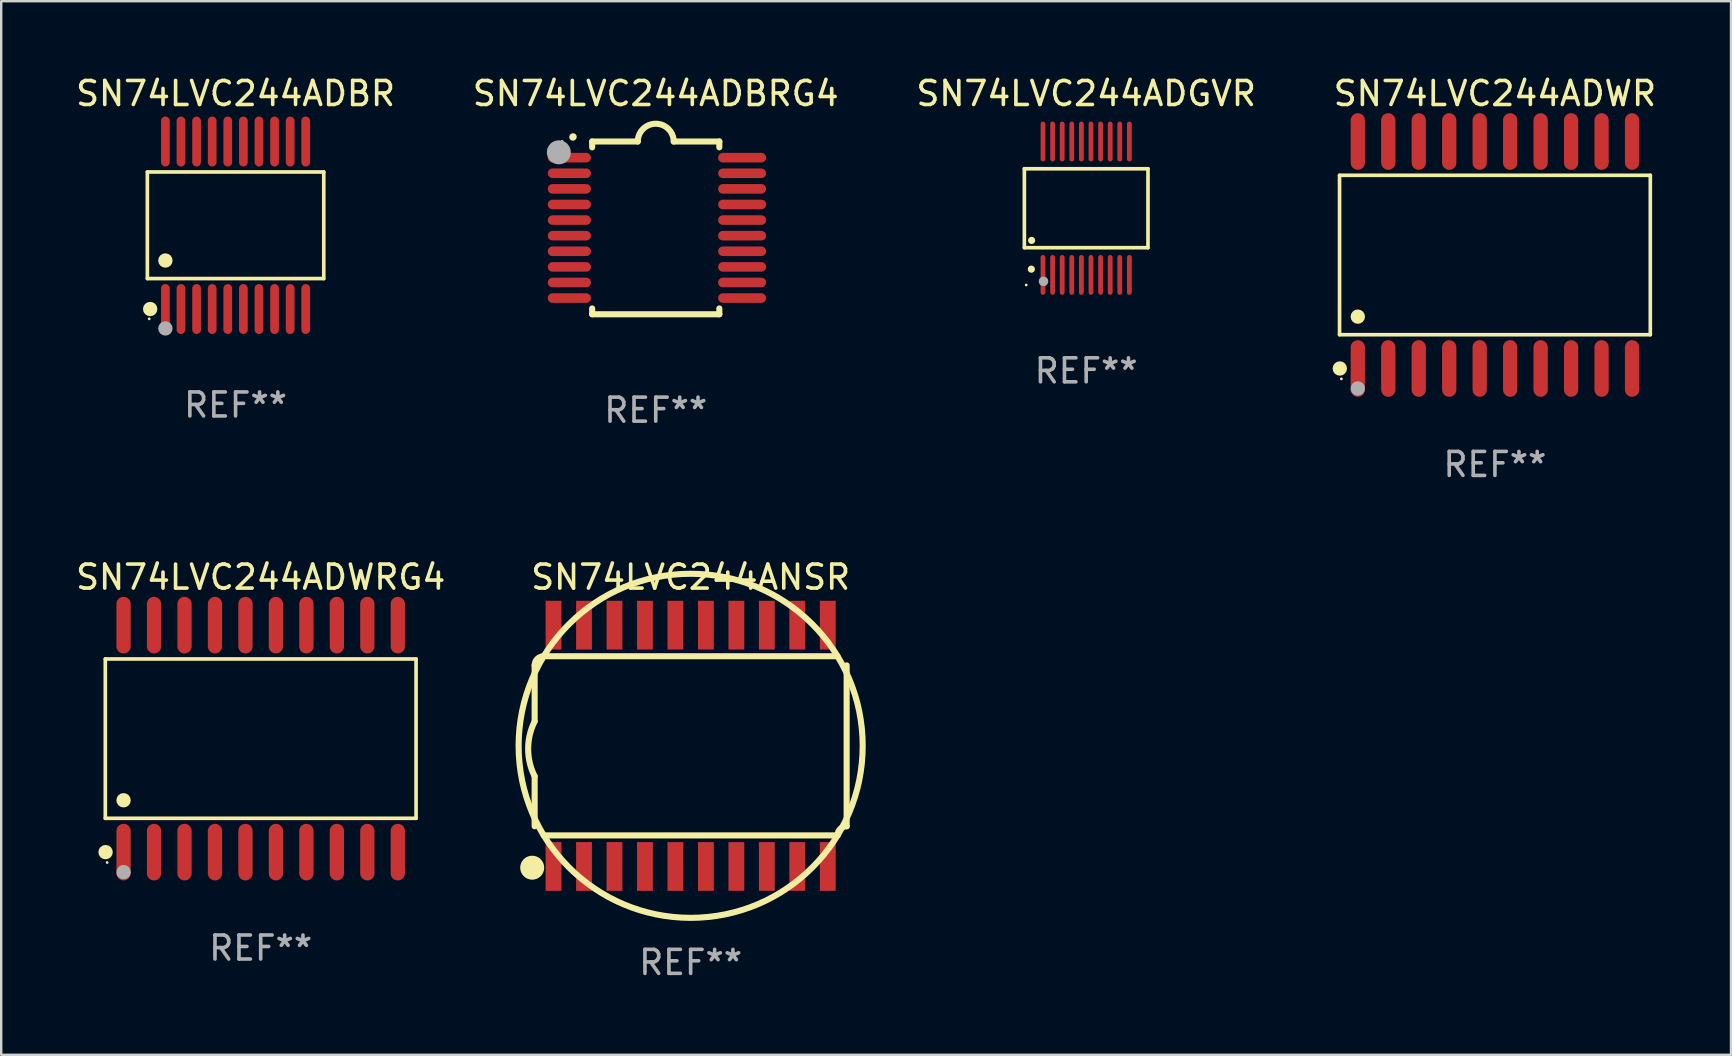
<source format=kicad_pcb>
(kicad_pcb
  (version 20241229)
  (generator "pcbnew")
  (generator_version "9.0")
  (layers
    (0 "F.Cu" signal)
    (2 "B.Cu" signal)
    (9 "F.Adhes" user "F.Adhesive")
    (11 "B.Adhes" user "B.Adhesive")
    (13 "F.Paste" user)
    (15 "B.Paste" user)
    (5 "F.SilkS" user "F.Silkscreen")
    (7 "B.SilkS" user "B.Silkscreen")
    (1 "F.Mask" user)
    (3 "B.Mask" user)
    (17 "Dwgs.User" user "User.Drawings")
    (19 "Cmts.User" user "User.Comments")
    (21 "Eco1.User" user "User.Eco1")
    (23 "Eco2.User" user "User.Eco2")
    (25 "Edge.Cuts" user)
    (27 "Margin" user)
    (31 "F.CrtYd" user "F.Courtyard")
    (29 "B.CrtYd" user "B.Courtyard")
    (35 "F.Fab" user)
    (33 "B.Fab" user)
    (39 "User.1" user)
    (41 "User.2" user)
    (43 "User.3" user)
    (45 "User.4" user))
  (footprint "SN74LVC244ADWRG4"
    (layer "F.Cu")
    (at 7.815 27.735)
    (property "Reference" "SN74LVC244ADWRG4" (at 0 -6.73 0) (layer "F.SilkS") (effects (font (size 1 1) (thickness 0.15))))
    (attr through_hole)
    (fp_line (start -6.476 -3.321) (end 6.476 -3.321) (stroke (width 0.152) (type solid)) (layer "F.SilkS"))
    (fp_line (start -6.476 3.321) (end -6.476 -3.321) (stroke (width 0.152) (type solid)) (layer "F.SilkS"))
    (fp_line (start 6.476 -3.321) (end 6.476 3.321) (stroke (width 0.152) (type solid)) (layer "F.SilkS"))
    (fp_line (start 6.476 3.321) (end -6.476 3.321) (stroke (width 0.152) (type solid)) (layer "F.SilkS"))
    (fp_circle (center -6.465 4.73) (end -6.315 4.73) (stroke (width 0.3) (type solid)) (fill no) (layer "F.SilkS"))
    (fp_circle (center -6.4 5.163) (end -6.37 5.163) (stroke (width 0.06) (type solid)) (fill no) (layer "F.SilkS"))
    (fp_circle (center -5.715 2.569) (end -5.565 2.569) (stroke (width 0.3) (type solid)) (fill no) (layer "F.SilkS"))
    (fp_circle (center -5.715 5.563) (end -5.565 5.563) (stroke (width 0.3) (type solid)) (fill no) (layer "F.Fab"))
    (fp_text user "REF**" (at 0 8.73 0) (layer "F.Fab") (effects (font (size 1 1) (thickness 0.15))))
    (pad "1" smd oval (at -5.715 4.73) (size 0.595 2.36) (layers "F.Cu" "F.Mask" "F.Paste"))
    (pad "2" smd oval (at -4.445 4.73) (size 0.595 2.36) (layers "F.Cu" "F.Mask" "F.Paste"))
    (pad "3" smd oval (at -3.175 4.73) (size 0.595 2.36) (layers "F.Cu" "F.Mask" "F.Paste"))
    (pad "4" smd oval (at -1.905 4.73) (size 0.595 2.36) (layers "F.Cu" "F.Mask" "F.Paste"))
    (pad "5" smd oval (at -0.635 4.73) (size 0.595 2.36) (layers "F.Cu" "F.Mask" "F.Paste"))
    (pad "6" smd oval (at 0.635 4.73) (size 0.595 2.36) (layers "F.Cu" "F.Mask" "F.Paste"))
    (pad "7" smd oval (at 1.905 4.73) (size 0.595 2.36) (layers "F.Cu" "F.Mask" "F.Paste"))
    (pad "8" smd oval (at 3.175 4.73) (size 0.595 2.36) (layers "F.Cu" "F.Mask" "F.Paste"))
    (pad "9" smd oval (at 4.445 4.73) (size 0.595 2.36) (layers "F.Cu" "F.Mask" "F.Paste"))
    (pad "10" smd oval (at 5.715 4.73) (size 0.595 2.36) (layers "F.Cu" "F.Mask" "F.Paste"))
    (pad "11" smd oval (at 5.715 -4.73) (size 0.595 2.36) (layers "F.Cu" "F.Mask" "F.Paste"))
    (pad "12" smd oval (at 4.445 -4.73) (size 0.595 2.36) (layers "F.Cu" "F.Mask" "F.Paste"))
    (pad "13" smd oval (at 3.175 -4.73) (size 0.595 2.36) (layers "F.Cu" "F.Mask" "F.Paste"))
    (pad "14" smd oval (at 1.905 -4.73) (size 0.595 2.36) (layers "F.Cu" "F.Mask" "F.Paste"))
    (pad "15" smd oval (at 0.635 -4.73) (size 0.595 2.36) (layers "F.Cu" "F.Mask" "F.Paste"))
    (pad "16" smd oval (at -0.635 -4.73) (size 0.595 2.36) (layers "F.Cu" "F.Mask" "F.Paste"))
    (pad "17" smd oval (at -1.905 -4.73) (size 0.595 2.36) (layers "F.Cu" "F.Mask" "F.Paste"))
    (pad "18" smd oval (at -3.175 -4.73) (size 0.595 2.36) (layers "F.Cu" "F.Mask" "F.Paste"))
    (pad "19" smd oval (at -4.445 -4.73) (size 0.595 2.36) (layers "F.Cu" "F.Mask" "F.Paste"))
    (pad "20" smd oval (at -5.715 -4.73) (size 0.595 2.36) (layers "F.Cu" "F.Mask" "F.Paste")))
  (footprint "SN74LVC244ADBRG4"
    (layer "F.Cu")
    (at 24.28 6.448)
    (property "Reference" "SN74LVC244ADBRG4" (at 0 -5.6 0) (layer "F.SilkS") (effects (font (size 1 1) (thickness 0.15))))
    (attr through_hole)
    (fp_line (start -2.65 -3.6) (end -2.65 -3.357) (stroke (width 0.254) (type solid)) (layer "F.SilkS"))
    (fp_line (start -2.65 -3.6) (end -0.75 -3.6) (stroke (width 0.254) (type solid)) (layer "F.SilkS"))
    (fp_line (start -2.65 3.357) (end -2.65 3.6) (stroke (width 0.254) (type solid)) (layer "F.SilkS"))
    (fp_line (start 2.65 -3.6) (end 0.75 -3.6) (stroke (width 0.254) (type solid)) (layer "F.SilkS"))
    (fp_line (start 2.65 -3.6) (end 2.65 -3.357) (stroke (width 0.254) (type solid)) (layer "F.SilkS"))
    (fp_line (start 2.65 3.357) (end 2.65 3.6) (stroke (width 0.254) (type solid)) (layer "F.SilkS"))
    (fp_line (start 2.65 3.6) (end -2.65 3.6) (stroke (width 0.254) (type solid)) (layer "F.SilkS"))
    (fp_arc (start -3.454407 -3.784608) (mid -3.449499 -3.78986) (end -3.444247 -3.794768) (stroke (width 0.3) (type solid)) (layer "F.SilkS"))
    (fp_arc (start -0.749301 -3.599186) (mid -0.000051 -4.348844) (end 0.750013 -3.6) (stroke (width 0.254001) (type solid)) (layer "F.SilkS"))
    (fp_circle (center -3.9 -3.6) (end -3.87 -3.6) (stroke (width 0.06) (type solid)) (fill no) (layer "F.SilkS"))
    (fp_circle (center -4.039 -3.15) (end -3.789 -3.15) (stroke (width 0.5) (type solid)) (fill no) (layer "F.Fab"))
    (fp_text user "REF**" (at 0 7.6 0) (layer "F.Fab") (effects (font (size 1 1) (thickness 0.15))))
    (pad "1" smd oval (at -3.6 -2.926 90) (size 0.4 1.8) (layers "F.Cu" "F.Mask" "F.Paste"))
    (pad "2" smd oval (at -3.6 -2.276 90) (size 0.4 1.8) (layers "F.Cu" "F.Mask" "F.Paste"))
    (pad "3" smd oval (at -3.6 -1.626 90) (size 0.4 1.8) (layers "F.Cu" "F.Mask" "F.Paste"))
    (pad "4" smd oval (at -3.6 -0.975 90) (size 0.4 1.8) (layers "F.Cu" "F.Mask" "F.Paste"))
    (pad "5" smd oval (at -3.6 -0.325 90) (size 0.4 1.8) (layers "F.Cu" "F.Mask" "F.Paste"))
    (pad "6" smd oval (at -3.6 0.325 90) (size 0.4 1.8) (layers "F.Cu" "F.Mask" "F.Paste"))
    (pad "7" smd oval (at -3.6 0.975 90) (size 0.4 1.8) (layers "F.Cu" "F.Mask" "F.Paste"))
    (pad "8" smd oval (at -3.6 1.626 90) (size 0.4 1.8) (layers "F.Cu" "F.Mask" "F.Paste"))
    (pad "9" smd oval (at -3.6 2.276 90) (size 0.4 1.8) (layers "F.Cu" "F.Mask" "F.Paste"))
    (pad "10" smd oval (at -3.6 2.926 90) (size 0.4 1.8) (layers "F.Cu" "F.Mask" "F.Paste"))
    (pad "11" smd oval (at 3.6 2.926 90) (size 0.4 2) (layers "F.Cu" "F.Mask" "F.Paste"))
    (pad "12" smd oval (at 3.6 2.276 90) (size 0.4 2) (layers "F.Cu" "F.Mask" "F.Paste"))
    (pad "13" smd oval (at 3.6 1.626 90) (size 0.4 2) (layers "F.Cu" "F.Mask" "F.Paste"))
    (pad "14" smd oval (at 3.6 0.975 90) (size 0.4 2) (layers "F.Cu" "F.Mask" "F.Paste"))
    (pad "15" smd oval (at 3.6 0.325 90) (size 0.4 2) (layers "F.Cu" "F.Mask" "F.Paste"))
    (pad "16" smd oval (at 3.6 -0.325 90) (size 0.4 2) (layers "F.Cu" "F.Mask" "F.Paste"))
    (pad "17" smd oval (at 3.6 -0.975 90) (size 0.4 2) (layers "F.Cu" "F.Mask" "F.Paste"))
    (pad "18" smd oval (at 3.6 -1.626 90) (size 0.4 2) (layers "F.Cu" "F.Mask" "F.Paste"))
    (pad "19" smd oval (at 3.6 -2.276 90) (size 0.4 2) (layers "F.Cu" "F.Mask" "F.Paste"))
    (pad "20" smd oval (at 3.6 -2.926 90) (size 0.4 2) (layers "F.Cu" "F.Mask" "F.Paste")))
  (footprint "SN74LVC244ADGVR"
    (layer "F.Cu")
    (at 42.22 5.628)
    (property "Reference" "SN74LVC244ADGVR" (at 0 -4.78 0) (layer "F.SilkS") (effects (font (size 1 1) (thickness 0.15))))
    (attr through_hole)
    (fp_line (start -2.576 -1.645) (end 2.576 -1.645) (stroke (width 0.152) (type solid)) (layer "F.SilkS"))
    (fp_line (start -2.576 1.645) (end -2.576 -1.645) (stroke (width 0.152) (type solid)) (layer "F.SilkS"))
    (fp_line (start 2.576 -1.645) (end 2.576 1.645) (stroke (width 0.152) (type solid)) (layer "F.SilkS"))
    (fp_line (start 2.576 1.645) (end -2.576 1.645) (stroke (width 0.152) (type solid)) (layer "F.SilkS"))
    (fp_circle (center -2.5 3.2) (end -2.47 3.2) (stroke (width 0.06) (type solid)) (fill no) (layer "F.SilkS"))
    (fp_circle (center -2.286 2.54) (end -2.211 2.54) (stroke (width 0.15) (type solid)) (fill no) (layer "F.SilkS"))
    (fp_circle (center -2.274 1.343) (end -2.199 1.343) (stroke (width 0.15) (type solid)) (fill no) (layer "F.SilkS"))
    (fp_circle (center -1.778 3.048) (end -1.678 3.048) (stroke (width 0.2) (type solid)) (fill no) (layer "F.Fab"))
    (fp_text user "REF**" (at 0 6.78 0) (layer "F.Fab") (effects (font (size 1 1) (thickness 0.15))))
    (pad "1" smd oval (at -1.8 2.78) (size 0.2 1.66) (layers "F.Cu" "F.Mask" "F.Paste"))
    (pad "2" smd oval (at -1.4 2.78) (size 0.2 1.66) (layers "F.Cu" "F.Mask" "F.Paste"))
    (pad "3" smd oval (at -1 2.78) (size 0.2 1.66) (layers "F.Cu" "F.Mask" "F.Paste"))
    (pad "4" smd oval (at -0.6 2.78) (size 0.2 1.66) (layers "F.Cu" "F.Mask" "F.Paste"))
    (pad "5" smd oval (at -0.2 2.78) (size 0.2 1.66) (layers "F.Cu" "F.Mask" "F.Paste"))
    (pad "6" smd oval (at 0.2 2.78) (size 0.2 1.66) (layers "F.Cu" "F.Mask" "F.Paste"))
    (pad "7" smd oval (at 0.6 2.78) (size 0.2 1.66) (layers "F.Cu" "F.Mask" "F.Paste"))
    (pad "8" smd oval (at 1 2.78) (size 0.2 1.66) (layers "F.Cu" "F.Mask" "F.Paste"))
    (pad "9" smd oval (at 1.4 2.78) (size 0.2 1.66) (layers "F.Cu" "F.Mask" "F.Paste"))
    (pad "10" smd oval (at 1.8 2.78) (size 0.2 1.66) (layers "F.Cu" "F.Mask" "F.Paste"))
    (pad "11" smd oval (at 1.8 -2.78) (size 0.2 1.66) (layers "F.Cu" "F.Mask" "F.Paste"))
    (pad "12" smd oval (at 1.4 -2.78) (size 0.2 1.66) (layers "F.Cu" "F.Mask" "F.Paste"))
    (pad "13" smd oval (at 1 -2.78) (size 0.2 1.66) (layers "F.Cu" "F.Mask" "F.Paste"))
    (pad "14" smd oval (at 0.6 -2.78) (size 0.2 1.66) (layers "F.Cu" "F.Mask" "F.Paste"))
    (pad "15" smd oval (at 0.2 -2.78) (size 0.2 1.66) (layers "F.Cu" "F.Mask" "F.Paste"))
    (pad "16" smd oval (at -0.2 -2.78) (size 0.2 1.66) (layers "F.Cu" "F.Mask" "F.Paste"))
    (pad "17" smd oval (at -0.6 -2.78) (size 0.2 1.66) (layers "F.Cu" "F.Mask" "F.Paste"))
    (pad "18" smd oval (at -1 -2.78) (size 0.2 1.66) (layers "F.Cu" "F.Mask" "F.Paste"))
    (pad "19" smd oval (at -1.4 -2.78) (size 0.2 1.66) (layers "F.Cu" "F.Mask" "F.Paste"))
    (pad "20" smd oval (at -1.8 -2.78) (size 0.2 1.66) (layers "F.Cu" "F.Mask" "F.Paste")))
  (footprint "SN74LVC244ADWR"
    (layer "F.Cu")
    (at 59.256 7.578)
    (property "Reference" "SN74LVC244ADWR" (at 0 -6.73 0) (layer "F.SilkS") (effects (font (size 1 1) (thickness 0.15))))
    (attr through_hole)
    (fp_line (start -6.476 -3.321) (end 6.476 -3.321) (stroke (width 0.152) (type solid)) (layer "F.SilkS"))
    (fp_line (start -6.476 3.321) (end -6.476 -3.321) (stroke (width 0.152) (type solid)) (layer "F.SilkS"))
    (fp_line (start 6.476 -3.321) (end 6.476 3.321) (stroke (width 0.152) (type solid)) (layer "F.SilkS"))
    (fp_line (start 6.476 3.321) (end -6.476 3.321) (stroke (width 0.152) (type solid)) (layer "F.SilkS"))
    (fp_circle (center -6.465 4.73) (end -6.315 4.73) (stroke (width 0.3) (type solid)) (fill no) (layer "F.SilkS"))
    (fp_circle (center -6.4 5.163) (end -6.37 5.163) (stroke (width 0.06) (type solid)) (fill no) (layer "F.SilkS"))
    (fp_circle (center -5.715 2.569) (end -5.565 2.569) (stroke (width 0.3) (type solid)) (fill no) (layer "F.SilkS"))
    (fp_circle (center -5.715 5.563) (end -5.565 5.563) (stroke (width 0.3) (type solid)) (fill no) (layer "F.Fab"))
    (fp_text user "REF**" (at 0 8.73 0) (layer "F.Fab") (effects (font (size 1 1) (thickness 0.15))))
    (pad "1" smd oval (at -5.715 4.73) (size 0.595 2.36) (layers "F.Cu" "F.Mask" "F.Paste"))
    (pad "2" smd oval (at -4.445 4.73) (size 0.595 2.36) (layers "F.Cu" "F.Mask" "F.Paste"))
    (pad "3" smd oval (at -3.175 4.73) (size 0.595 2.36) (layers "F.Cu" "F.Mask" "F.Paste"))
    (pad "4" smd oval (at -1.905 4.73) (size 0.595 2.36) (layers "F.Cu" "F.Mask" "F.Paste"))
    (pad "5" smd oval (at -0.635 4.73) (size 0.595 2.36) (layers "F.Cu" "F.Mask" "F.Paste"))
    (pad "6" smd oval (at 0.635 4.73) (size 0.595 2.36) (layers "F.Cu" "F.Mask" "F.Paste"))
    (pad "7" smd oval (at 1.905 4.73) (size 0.595 2.36) (layers "F.Cu" "F.Mask" "F.Paste"))
    (pad "8" smd oval (at 3.175 4.73) (size 0.595 2.36) (layers "F.Cu" "F.Mask" "F.Paste"))
    (pad "9" smd oval (at 4.445 4.73) (size 0.595 2.36) (layers "F.Cu" "F.Mask" "F.Paste"))
    (pad "10" smd oval (at 5.715 4.73) (size 0.595 2.36) (layers "F.Cu" "F.Mask" "F.Paste"))
    (pad "11" smd oval (at 5.715 -4.73) (size 0.595 2.36) (layers "F.Cu" "F.Mask" "F.Paste"))
    (pad "12" smd oval (at 4.445 -4.73) (size 0.595 2.36) (layers "F.Cu" "F.Mask" "F.Paste"))
    (pad "13" smd oval (at 3.175 -4.73) (size 0.595 2.36) (layers "F.Cu" "F.Mask" "F.Paste"))
    (pad "14" smd oval (at 1.905 -4.73) (size 0.595 2.36) (layers "F.Cu" "F.Mask" "F.Paste"))
    (pad "15" smd oval (at 0.635 -4.73) (size 0.595 2.36) (layers "F.Cu" "F.Mask" "F.Paste"))
    (pad "16" smd oval (at -0.635 -4.73) (size 0.595 2.36) (layers "F.Cu" "F.Mask" "F.Paste"))
    (pad "17" smd oval (at -1.905 -4.73) (size 0.595 2.36) (layers "F.Cu" "F.Mask" "F.Paste"))
    (pad "18" smd oval (at -3.175 -4.73) (size 0.595 2.36) (layers "F.Cu" "F.Mask" "F.Paste"))
    (pad "19" smd oval (at -4.445 -4.73) (size 0.595 2.36) (layers "F.Cu" "F.Mask" "F.Paste"))
    (pad "20" smd oval (at -5.715 -4.73) (size 0.595 2.36) (layers "F.Cu" "F.Mask" "F.Paste")))
  (footprint "SN74LVC244ADBR"
    (layer "F.Cu")
    (at 6.768 6.339)
    (property "Reference" "SN74LVC244ADBR" (at 0 -5.491 0) (layer "F.SilkS") (effects (font (size 1 1) (thickness 0.15))))
    (attr through_hole)
    (fp_line (start -3.676 -2.221) (end 3.676 -2.221) (stroke (width 0.152) (type solid)) (layer "F.SilkS"))
    (fp_line (start -3.676 2.221) (end -3.676 -2.221) (stroke (width 0.152) (type solid)) (layer "F.SilkS"))
    (fp_line (start 3.676 -2.221) (end 3.676 2.221) (stroke (width 0.152) (type solid)) (layer "F.SilkS"))
    (fp_line (start 3.676 2.221) (end -3.676 2.221) (stroke (width 0.152) (type solid)) (layer "F.SilkS"))
    (fp_circle (center -3.6 3.9) (end -3.57 3.9) (stroke (width 0.06) (type solid)) (fill no) (layer "F.SilkS"))
    (fp_circle (center -3.559 3.491) (end -3.409 3.491) (stroke (width 0.3) (type solid)) (fill no) (layer "F.SilkS"))
    (fp_circle (center -2.925 1.469) (end -2.775 1.469) (stroke (width 0.3) (type solid)) (fill no) (layer "F.SilkS"))
    (fp_circle (center -2.925 4.3) (end -2.775 4.3) (stroke (width 0.3) (type solid)) (fill no) (layer "F.Fab"))
    (fp_text user "REF**" (at 0 7.491 0) (layer "F.Fab") (effects (font (size 1 1) (thickness 0.15))))
    (pad "1" smd oval (at -2.925 3.491) (size 0.364 2.082) (layers "F.Cu" "F.Mask" "F.Paste"))
    (pad "2" smd oval (at -2.275 3.491) (size 0.364 2.082) (layers "F.Cu" "F.Mask" "F.Paste"))
    (pad "3" smd oval (at -1.625 3.491) (size 0.364 2.082) (layers "F.Cu" "F.Mask" "F.Paste"))
    (pad "4" smd oval (at -0.975 3.491) (size 0.364 2.082) (layers "F.Cu" "F.Mask" "F.Paste"))
    (pad "5" smd oval (at -0.325 3.491) (size 0.364 2.082) (layers "F.Cu" "F.Mask" "F.Paste"))
    (pad "6" smd oval (at 0.325 3.491) (size 0.364 2.082) (layers "F.Cu" "F.Mask" "F.Paste"))
    (pad "7" smd oval (at 0.975 3.491) (size 0.364 2.082) (layers "F.Cu" "F.Mask" "F.Paste"))
    (pad "8" smd oval (at 1.625 3.491) (size 0.364 2.082) (layers "F.Cu" "F.Mask" "F.Paste"))
    (pad "9" smd oval (at 2.275 3.491) (size 0.364 2.082) (layers "F.Cu" "F.Mask" "F.Paste"))
    (pad "10" smd oval (at 2.925 3.491) (size 0.364 2.082) (layers "F.Cu" "F.Mask" "F.Paste"))
    (pad "11" smd oval (at 2.925 -3.491) (size 0.364 2.082) (layers "F.Cu" "F.Mask" "F.Paste"))
    (pad "12" smd oval (at 2.275 -3.491) (size 0.364 2.082) (layers "F.Cu" "F.Mask" "F.Paste"))
    (pad "13" smd oval (at 1.625 -3.491) (size 0.364 2.082) (layers "F.Cu" "F.Mask" "F.Paste"))
    (pad "14" smd oval (at 0.975 -3.491) (size 0.364 2.082) (layers "F.Cu" "F.Mask" "F.Paste"))
    (pad "15" smd oval (at 0.325 -3.491) (size 0.364 2.082) (layers "F.Cu" "F.Mask" "F.Paste"))
    (pad "16" smd oval (at -0.325 -3.491) (size 0.364 2.082) (layers "F.Cu" "F.Mask" "F.Paste"))
    (pad "17" smd oval (at -0.975 -3.491) (size 0.364 2.082) (layers "F.Cu" "F.Mask" "F.Paste"))
    (pad "18" smd oval (at -1.625 -3.491) (size 0.364 2.082) (layers "F.Cu" "F.Mask" "F.Paste"))
    (pad "19" smd oval (at -2.275 -3.491) (size 0.364 2.082) (layers "F.Cu" "F.Mask" "F.Paste"))
    (pad "20" smd oval (at -2.925 -3.491) (size 0.364 2.082) (layers "F.Cu" "F.Mask" "F.Paste")))
  (footprint "SN74LVC244ANSR"
    (layer "F.Cu")
    (at 25.735 28.034)
    (property "Reference" "SN74LVC244ANSR" (at 0 -7.029 0) (layer "F.SilkS") (effects (font (size 1 1) (thickness 0.15))))
    (attr through_hole)
    (fp_line (start -6.502 -3.353) (end -6.502 -1.016) (stroke (width 0.254) (type solid)) (layer "F.SilkS"))
    (fp_line (start -6.502 3.353) (end -6.502 1.27) (stroke (width 0.254) (type solid)) (layer "F.SilkS"))
    (fp_line (start -6.121 3.734) (end 6.121 3.734) (stroke (width 0.254) (type solid)) (layer "F.SilkS"))
    (fp_line (start 6.121 -3.734) (end -6.121 -3.734) (stroke (width 0.254) (type solid)) (layer "F.SilkS"))
    (fp_line (start 6.502 3.353) (end 6.502 -3.353) (stroke (width 0.254) (type solid)) (layer "F.SilkS"))
    (fp_arc (start -6.502413 -3.352781) (mid -6.390821 -3.622189) (end -6.121413 -3.733782) (stroke (width 0.254001) (type solid)) (layer "F.SilkS"))
    (fp_arc (start -6.502413 1.270003) (mid -6.77224 0.127) (end -6.502413 -1.016002) (stroke (width 0.254001) (type solid)) (layer "F.SilkS"))
    (fp_arc (start 6.121387 -3.733782) (mid -6.121409 3.733804) (end 6.121387 -3.733782) (stroke (width 0.254001) (type solid)) (layer "F.SilkS"))
    (fp_arc (start 6.121387 3.733807) (mid 6.23298 3.464399) (end 6.502388 3.352807) (stroke (width 0.254001) (type solid)) (layer "F.SilkS"))
    (fp_circle (center -6.604 5.08) (end -6.354 5.08) (stroke (width 0.5) (type solid)) (fill no) (layer "F.SilkS"))
    (fp_circle (center -6.4 5.15) (end -6.3 5.15) (stroke (width 0.2) (type solid)) (fill no) (layer "F.SilkS"))
    (fp_text user "REF**" (at 0 9.029 0) (layer "F.Fab") (effects (font (size 1 1) (thickness 0.15))))
    (pad "1" smd rect (at -5.715 5.029) (size 0.66 2.032) (layers "F.Cu" "F.Mask" "F.Paste"))
    (pad "2" smd rect (at -4.445 5.029) (size 0.66 2.032) (layers "F.Cu" "F.Mask" "F.Paste"))
    (pad "3" smd rect (at -3.175 5.029) (size 0.66 2.032) (layers "F.Cu" "F.Mask" "F.Paste"))
    (pad "4" smd rect (at -1.905 5.029) (size 0.66 2.032) (layers "F.Cu" "F.Mask" "F.Paste"))
    (pad "5" smd rect (at -0.635 5.029) (size 0.66 2.032) (layers "F.Cu" "F.Mask" "F.Paste"))
    (pad "6" smd rect (at 0.635 5.029) (size 0.66 2.032) (layers "F.Cu" "F.Mask" "F.Paste"))
    (pad "7" smd rect (at 1.905 5.029) (size 0.66 2.032) (layers "F.Cu" "F.Mask" "F.Paste"))
    (pad "8" smd rect (at 3.175 5.029) (size 0.66 2.032) (layers "F.Cu" "F.Mask" "F.Paste"))
    (pad "9" smd rect (at 4.445 5.029) (size 0.66 2.032) (layers "F.Cu" "F.Mask" "F.Paste"))
    (pad "10" smd rect (at 5.715 5.029) (size 0.66 2.032) (layers "F.Cu" "F.Mask" "F.Paste"))
    (pad "11" smd rect (at 5.715 -5.029) (size 0.66 2.032) (layers "F.Cu" "F.Mask" "F.Paste"))
    (pad "12" smd rect (at 4.445 -5.029) (size 0.66 2.032) (layers "F.Cu" "F.Mask" "F.Paste"))
    (pad "13" smd rect (at 3.175 -5.029) (size 0.66 2.032) (layers "F.Cu" "F.Mask" "F.Paste"))
    (pad "14" smd rect (at 1.905 -5.029) (size 0.66 2.032) (layers "F.Cu" "F.Mask" "F.Paste"))
    (pad "15" smd rect (at 0.635 -5.029) (size 0.66 2.032) (layers "F.Cu" "F.Mask" "F.Paste"))
    (pad "16" smd rect (at -0.635 -5.029) (size 0.66 2.032) (layers "F.Cu" "F.Mask" "F.Paste"))
    (pad "17" smd rect (at -1.905 -5.029) (size 0.66 2.032) (layers "F.Cu" "F.Mask" "F.Paste"))
    (pad "18" smd rect (at -3.175 -5.029) (size 0.66 2.032) (layers "F.Cu" "F.Mask" "F.Paste"))
    (pad "19" smd rect (at -4.445 -5.029) (size 0.66 2.032) (layers "F.Cu" "F.Mask" "F.Paste"))
    (pad "20" smd rect (at -5.715 -5.029) (size 0.66 2.032) (layers "F.Cu" "F.Mask" "F.Paste")))
  (gr_rect
    (start -3 -3)
    (end 69.095 40.911)
    (stroke (width 0.1) (type default))
    (fill no)
    (layer "Edge.Cuts")))
</source>
